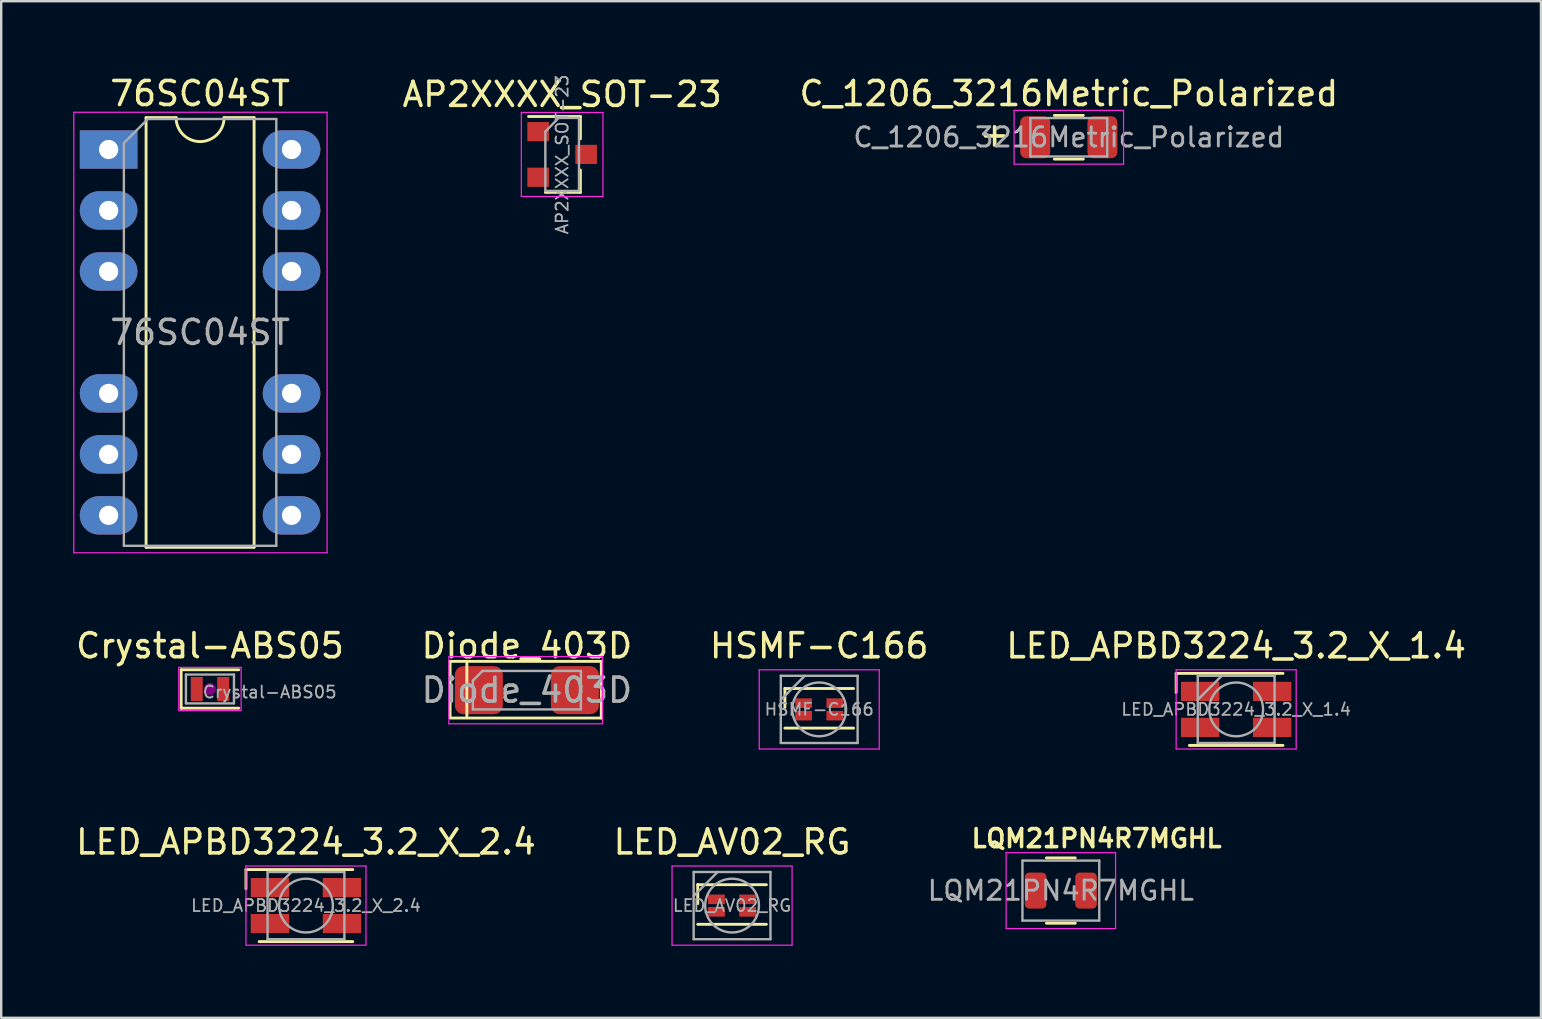
<source format=kicad_pcb>
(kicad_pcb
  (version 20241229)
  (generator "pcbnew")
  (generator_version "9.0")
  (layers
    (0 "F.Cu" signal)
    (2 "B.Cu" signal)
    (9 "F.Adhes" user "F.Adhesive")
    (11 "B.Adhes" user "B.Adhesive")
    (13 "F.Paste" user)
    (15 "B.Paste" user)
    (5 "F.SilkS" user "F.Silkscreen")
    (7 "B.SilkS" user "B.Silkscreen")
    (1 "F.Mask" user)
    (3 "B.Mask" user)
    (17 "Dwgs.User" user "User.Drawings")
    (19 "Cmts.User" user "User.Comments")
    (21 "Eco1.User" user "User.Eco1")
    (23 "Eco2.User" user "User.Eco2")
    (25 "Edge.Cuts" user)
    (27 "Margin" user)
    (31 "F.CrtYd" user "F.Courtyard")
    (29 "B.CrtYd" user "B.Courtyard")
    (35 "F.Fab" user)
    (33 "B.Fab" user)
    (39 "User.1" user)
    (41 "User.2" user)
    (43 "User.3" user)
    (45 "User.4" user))
  (footprint "C_1206_3216Metric_Polarized"
    (layer "F.Cu")
    (at 41.475 2.668)
    (property "Reference" "C_1206_3216Metric_Polarized" (at 0 -1.82 0) (layer "F.SilkS") (effects (font (size 1 1) (thickness 0.15))))
    (attr smd)
    (fp_line (start -0.602 -0.91) (end 0.602 -0.91) (stroke (width 0.12) (type solid)) (layer "F.SilkS"))
    (fp_line (start -0.602 0.91) (end 0.602 0.91) (stroke (width 0.12) (type solid)) (layer "F.SilkS"))
    (fp_line (start -2.28 -1.12) (end 2.28 -1.12) (stroke (width 0.05) (type solid)) (layer "F.CrtYd"))
    (fp_line (start -2.28 1.12) (end -2.28 -1.12) (stroke (width 0.05) (type solid)) (layer "F.CrtYd"))
    (fp_line (start 2.28 -1.12) (end 2.28 1.12) (stroke (width 0.05) (type solid)) (layer "F.CrtYd"))
    (fp_line (start 2.28 1.12) (end -2.28 1.12) (stroke (width 0.05) (type solid)) (layer "F.CrtYd"))
    (fp_line (start -1.6 -0.8) (end 1.6 -0.8) (stroke (width 0.1) (type solid)) (layer "F.Fab"))
    (fp_line (start -1.6 0.8) (end -1.6 -0.8) (stroke (width 0.1) (type solid)) (layer "F.Fab"))
    (fp_line (start 1.6 -0.8) (end 1.6 0.8) (stroke (width 0.1) (type solid)) (layer "F.Fab"))
    (fp_line (start 1.6 0.8) (end -1.6 0.8) (stroke (width 0.1) (type solid)) (layer "F.Fab"))
    (fp_text user "+" (at -3.09 -0.13 0) (layer "F.SilkS") (effects (font (size 1 1) (thickness 0.15))))
    (fp_text user "${REFERENCE}" (at 0 0 0) (layer "F.Fab") (effects (font (size 0.8 0.8) (thickness 0.12))))
    (pad "1" smd roundrect (at -1.4 0) (size 1.25 1.75) (layers "F.Cu" "F.Mask" "F.Paste") (roundrect_rratio 0.2))
    (pad "2" smd roundrect (at 1.4 0) (size 1.25 1.75) (layers "F.Cu" "F.Mask" "F.Paste") (roundrect_rratio 0.2)))
  (footprint "AP2XXXX_SOT-23"
    (layer "F.Cu")
    (at 20.368 3.384)
    (property "Reference" "AP2XXXX_SOT-23" (at 0 -2.5 0) (layer "F.SilkS") (effects (font (size 1 1) (thickness 0.15))))
    (attr smd)
    (fp_line (start 0.76 -1.58) (end -1.4 -1.58) (stroke (width 0.12) (type solid)) (layer "F.SilkS"))
    (fp_line (start 0.76 -1.58) (end 0.76 -0.65) (stroke (width 0.12) (type solid)) (layer "F.SilkS"))
    (fp_line (start 0.76 1.58) (end -0.7 1.58) (stroke (width 0.12) (type solid)) (layer "F.SilkS"))
    (fp_line (start 0.76 1.58) (end 0.76 0.65) (stroke (width 0.12) (type solid)) (layer "F.SilkS"))
    (fp_line (start -1.7 -1.75) (end 1.7 -1.75) (stroke (width 0.05) (type solid)) (layer "F.CrtYd"))
    (fp_line (start -1.7 1.75) (end -1.7 -1.75) (stroke (width 0.05) (type solid)) (layer "F.CrtYd"))
    (fp_line (start 1.7 -1.75) (end 1.7 1.75) (stroke (width 0.05) (type solid)) (layer "F.CrtYd"))
    (fp_line (start 1.7 1.75) (end -1.7 1.75) (stroke (width 0.05) (type solid)) (layer "F.CrtYd"))
    (fp_line (start -0.7 -0.95) (end -0.7 1.5) (stroke (width 0.1) (type solid)) (layer "F.Fab"))
    (fp_line (start -0.7 -0.95) (end -0.15 -1.52) (stroke (width 0.1) (type solid)) (layer "F.Fab"))
    (fp_line (start -0.7 1.52) (end 0.7 1.52) (stroke (width 0.1) (type solid)) (layer "F.Fab"))
    (fp_line (start -0.15 -1.52) (end 0.7 -1.52) (stroke (width 0.1) (type solid)) (layer "F.Fab"))
    (fp_line (start 0.7 -1.52) (end 0.7 1.52) (stroke (width 0.1) (type solid)) (layer "F.Fab"))
    (fp_text user "${REFERENCE}" (at 0 0 90) (layer "F.Fab") (effects (font (size 0.5 0.5) (thickness 0.075))))
    (pad "1" smd rect (at 1 0) (size 0.9 0.8) (layers "F.Cu" "F.Mask" "F.Paste"))
    (pad "2" smd rect (at -1 -0.95) (size 0.9 0.8) (layers "F.Cu" "F.Mask" "F.Paste"))
    (pad "3" smd rect (at -1 0.95) (size 0.9 0.8) (layers "F.Cu" "F.Mask" "F.Paste")))
  (footprint "76SC04ST"
    (layer "F.Cu")
    (at 1.475 3.178)
    (property "Reference" "76SC04ST" (at 3.81 -2.33 0) (layer "F.SilkS") (effects (font (size 1 1) (thickness 0.15))))
    (attr through_hole)
    (fp_line (start 1.56 -1.33) (end 1.56 16.57) (stroke (width 0.12) (type solid)) (layer "F.SilkS"))
    (fp_line (start 1.56 16.57) (end 6.06 16.57) (stroke (width 0.12) (type solid)) (layer "F.SilkS"))
    (fp_line (start 2.81 -1.33) (end 1.56 -1.33) (stroke (width 0.12) (type solid)) (layer "F.SilkS"))
    (fp_line (start 6.06 -1.33) (end 4.81 -1.33) (stroke (width 0.12) (type solid)) (layer "F.SilkS"))
    (fp_line (start 6.06 16.57) (end 6.06 -1.33) (stroke (width 0.12) (type solid)) (layer "F.SilkS"))
    (fp_arc (start 4.81 -1.33) (mid 3.81 -0.33) (end 2.81 -1.33) (stroke (width 0.12) (type solid)) (layer "F.SilkS"))
    (fp_line (start -1.45 -1.55) (end -1.45 16.8) (stroke (width 0.05) (type solid)) (layer "F.CrtYd"))
    (fp_line (start -1.45 16.8) (end 9.1 16.8) (stroke (width 0.05) (type solid)) (layer "F.CrtYd"))
    (fp_line (start 9.1 -1.55) (end -1.45 -1.55) (stroke (width 0.05) (type solid)) (layer "F.CrtYd"))
    (fp_line (start 9.1 16.8) (end 9.1 -1.55) (stroke (width 0.05) (type solid)) (layer "F.CrtYd"))
    (fp_line (start 0.635 -0.27) (end 1.635 -1.27) (stroke (width 0.1) (type solid)) (layer "F.Fab"))
    (fp_line (start 0.635 16.51) (end 0.635 -0.27) (stroke (width 0.1) (type solid)) (layer "F.Fab"))
    (fp_line (start 1.635 -1.27) (end 6.985 -1.27) (stroke (width 0.1) (type solid)) (layer "F.Fab"))
    (fp_line (start 6.985 -1.27) (end 6.985 16.51) (stroke (width 0.1) (type solid)) (layer "F.Fab"))
    (fp_line (start 6.985 16.51) (end 0.635 16.51) (stroke (width 0.1) (type solid)) (layer "F.Fab"))
    (fp_text user "${REFERENCE}" (at 3.81 7.62 0) (layer "F.Fab") (effects (font (size 1 1) (thickness 0.15))))
    (pad "1" thru_hole rect (at 0 0) (size 2.4 1.6) (drill 0.8) (layers "*.Cu" "*.Mask"))
    (pad "2" thru_hole oval (at 0 2.54) (size 2.4 1.6) (drill 0.8) (layers "*.Cu" "*.Mask"))
    (pad "3" thru_hole oval (at 0 5.08) (size 2.4 1.6) (drill 0.8) (layers "*.Cu" "*.Mask"))
    (pad "5" thru_hole oval (at 0 10.16) (size 2.4 1.6) (drill 0.8) (layers "*.Cu" "*.Mask"))
    (pad "6" thru_hole oval (at 0 12.7) (size 2.4 1.6) (drill 0.8) (layers "*.Cu" "*.Mask"))
    (pad "7" thru_hole oval (at 0 15.24) (size 2.4 1.6) (drill 0.8) (layers "*.Cu" "*.Mask"))
    (pad "8" thru_hole oval (at 7.62 15.24) (size 2.4 1.6) (drill 0.8) (layers "*.Cu" "*.Mask"))
    (pad "9" thru_hole oval (at 7.62 12.7) (size 2.4 1.6) (drill 0.8) (layers "*.Cu" "*.Mask"))
    (pad "10" thru_hole oval (at 7.62 10.16) (size 2.4 1.6) (drill 0.8) (layers "*.Cu" "*.Mask"))
    (pad "12" thru_hole oval (at 7.62 5.08) (size 2.4 1.6) (drill 0.8) (layers "*.Cu" "*.Mask"))
    (pad "13" thru_hole oval (at 7.62 2.54) (size 2.4 1.6) (drill 0.8) (layers "*.Cu" "*.Mask"))
    (pad "14" thru_hole oval (at 7.62 0) (size 2.4 1.6) (drill 0.8) (layers "*.Cu" "*.Mask")))
  (footprint "Crystal-ABS05"
    (layer "F.Cu")
    (at 5.696 25.651)
    (property "Reference" "Crystal-ABS05" (at 0 -1.8 0) (layer "F.SilkS") (effects (font (size 1 1) (thickness 0.15))))
    (attr smd)
    (fp_line (start -1.2 -0.8) (end -1.2 0.8) (stroke (width 0.12) (type solid)) (layer "F.SilkS"))
    (fp_line (start -1.2 0.8) (end 1.2 0.8) (stroke (width 0.12) (type solid)) (layer "F.SilkS"))
    (fp_line (start 1.2 -0.8) (end -1.2 -0.8) (stroke (width 0.12) (type solid)) (layer "F.SilkS"))
    (fp_circle (center 0 0) (end 0.047 0) (stroke (width 0.093) (type solid)) (fill no) (layer "F.Adhes"))
    (fp_circle (center 0 0) (end 0.107 0) (stroke (width 0.067) (type solid)) (fill no) (layer "F.Adhes"))
    (fp_circle (center 0 0) (end 0.167 0) (stroke (width 0.067) (type solid)) (fill no) (layer "F.Adhes"))
    (fp_circle (center 0 0) (end 0.2 0) (stroke (width 0.1) (type solid)) (fill no) (layer "F.Adhes"))
    (fp_line (start -1.3 -0.9) (end -1.3 0.9) (stroke (width 0.05) (type solid)) (layer "F.CrtYd"))
    (fp_line (start -1.3 0.9) (end 1.3 0.9) (stroke (width 0.05) (type solid)) (layer "F.CrtYd"))
    (fp_line (start 1.3 -0.9) (end -1.3 -0.9) (stroke (width 0.05) (type solid)) (layer "F.CrtYd"))
    (fp_line (start 1.3 0.9) (end 1.3 -0.9) (stroke (width 0.05) (type solid)) (layer "F.CrtYd"))
    (fp_line (start -1 -0.6) (end -1 0.6) (stroke (width 0.1) (type solid)) (layer "F.Fab"))
    (fp_line (start -1 0.6) (end 1 0.6) (stroke (width 0.1) (type solid)) (layer "F.Fab"))
    (fp_line (start 1 -0.6) (end -1 -0.6) (stroke (width 0.1) (type solid)) (layer "F.Fab"))
    (fp_line (start 1 0.6) (end 1 -0.6) (stroke (width 0.1) (type solid)) (layer "F.Fab"))
    (fp_text user "${REFERENCE}" (at 2.49 0.13 0) (layer "F.Fab") (effects (font (size 0.5 0.5) (thickness 0.075))))
    (pad "1" smd rect (at -0.55 0) (size 0.5 1) (layers "F.Cu" "F.Mask" "F.Paste"))
    (pad "2" smd rect (at 0.55 0) (size 0.5 1) (layers "F.Cu" "F.Mask" "F.Paste")))
  (footprint "LED_APBD3224_3.2_X_2.4"
    (layer "F.Cu")
    (at 9.696 34.675)
    (property "Reference" "LED_APBD3224_3.2_X_2.4" (at 0 -2.65 0) (layer "F.SilkS") (effects (font (size 1 1) (thickness 0.15))))
    (attr smd)
    (fp_line (start -2.5 -1.5) (end 1.95 -1.5) (stroke (width 0.12) (type solid)) (layer "F.SilkS"))
    (fp_line (start -2.5 -0.7) (end -2.5 -1.5) (stroke (width 0.12) (type solid)) (layer "F.SilkS"))
    (fp_line (start -1.95 1.5) (end 1.95 1.5) (stroke (width 0.12) (type solid)) (layer "F.SilkS"))
    (fp_line (start -2.5 -1.65) (end -2.5 1.65) (stroke (width 0.05) (type solid)) (layer "F.CrtYd"))
    (fp_line (start -2.5 -1.65) (end 2.5 -1.65) (stroke (width 0.05) (type solid)) (layer "F.CrtYd"))
    (fp_line (start 2.5 1.65) (end -2.5 1.65) (stroke (width 0.05) (type solid)) (layer "F.CrtYd"))
    (fp_line (start 2.5 1.65) (end 2.5 -1.65) (stroke (width 0.05) (type solid)) (layer "F.CrtYd"))
    (fp_line (start -1.6 -1.4) (end -1.6 1.4) (stroke (width 0.1) (type solid)) (layer "F.Fab"))
    (fp_line (start -1.6 1.4) (end 1.6 1.4) (stroke (width 0.1) (type solid)) (layer "F.Fab"))
    (fp_line (start -0.6 -1.4) (end -1.6 -0.4) (stroke (width 0.1) (type solid)) (layer "F.Fab"))
    (fp_line (start 1.6 -1.4) (end -1.6 -1.4) (stroke (width 0.1) (type solid)) (layer "F.Fab"))
    (fp_line (start 1.6 1.4) (end 1.6 -1.4) (stroke (width 0.1) (type solid)) (layer "F.Fab"))
    (fp_circle (center 0 0) (end 1.12 0) (stroke (width 0.1) (type solid)) (fill no) (layer "F.Fab"))
    (fp_text user "${REFERENCE}" (at 0 0 0) (layer "F.Fab") (effects (font (size 0.5 0.5) (thickness 0.075))))
    (pad "1" smd rect (at 1.5 0.75) (size 1.6 0.8) (layers "F.Cu" "F.Mask" "F.Paste"))
    (pad "2" smd rect (at -1.5 0.75) (size 1.6 0.8) (layers "F.Cu" "F.Mask" "F.Paste"))
    (pad "3" smd rect (at 1.5 -0.75) (size 1.6 0.8) (layers "F.Cu" "F.Mask" "F.Paste"))
    (pad "4" smd rect (at -1.5 -0.75) (size 1.6 0.8) (layers "F.Cu" "F.Mask" "F.Paste")))
  (footprint "Diode_403D"
    (layer "F.Cu")
    (at 18.899 25.701)
    (property "Reference" "Diode_403D" (at 0 -1.85 0) (layer "F.SilkS") (effects (font (size 1 1) (thickness 0.15))))
    (attr smd)
    (fp_line (start -3.2 -1.2) (end -3.2 1.12) (stroke (width 0.12) (type solid)) (layer "F.SilkS"))
    (fp_line (start -3.2 1.16) (end 3.1 1.16) (stroke (width 0.12) (type solid)) (layer "F.SilkS"))
    (fp_line (start -2.5 -1.2) (end -2.5 1.15) (stroke (width 0.12) (type solid)) (layer "F.SilkS"))
    (fp_line (start 3.1 -1.2) (end -3.2 -1.2) (stroke (width 0.12) (type solid)) (layer "F.SilkS"))
    (fp_line (start 3.1 -1.2) (end 3.1 1.16) (stroke (width 0.12) (type solid)) (layer "F.SilkS"))
    (fp_line (start -3.25 -1.4) (end -3.25 1.4) (stroke (width 0.05) (type solid)) (layer "F.CrtYd"))
    (fp_line (start -3.25 -1.4) (end 3.15 -1.4) (stroke (width 0.05) (type solid)) (layer "F.CrtYd"))
    (fp_line (start 3.15 -1.4) (end 3.15 1.4) (stroke (width 0.05) (type solid)) (layer "F.CrtYd"))
    (fp_line (start 3.15 1.4) (end -3.25 1.4) (stroke (width 0.05) (type solid)) (layer "F.CrtYd"))
    (fp_line (start -2.25 -0.4) (end -2.25 0.8) (stroke (width 0.1) (type solid)) (layer "F.Fab"))
    (fp_line (start -2.25 0.8) (end 2.25 0.8) (stroke (width 0.1) (type solid)) (layer "F.Fab"))
    (fp_line (start -1.85 -0.8) (end -2.25 -0.4) (stroke (width 0.1) (type solid)) (layer "F.Fab"))
    (fp_line (start 2.25 -0.8) (end -1.85 -0.8) (stroke (width 0.1) (type solid)) (layer "F.Fab"))
    (fp_line (start 2.25 0.8) (end 2.25 -0.8) (stroke (width 0.1) (type solid)) (layer "F.Fab"))
    (fp_text user "${REFERENCE}" (at 0 0 0) (layer "F.Fab") (effects (font (size 1 1) (thickness 0.15))))
    (pad "1" smd roundrect (at -2 0) (size 2 2) (layers "F.Cu" "F.Mask" "F.Paste") (roundrect_rratio 0.179))
    (pad "2" smd roundrect (at 2 0) (size 2 2) (layers "F.Cu" "F.Mask" "F.Paste") (roundrect_rratio 0.179)))
  (footprint "LQM21PN4R7MGHL"
    (layer "F.Cu")
    (at 41.143 34.05)
    (property "Reference" "LQM21PN4R7MGHL" (at 1.488 -2.172 0) (layer "F.SilkS") (effects (font (size 0.75 0.75) (thickness 0.15))))
    (attr smd)
    (fp_line (start -0.602 -1.36) (end 0.602 -1.36) (stroke (width 0.12) (type solid)) (layer "F.SilkS"))
    (fp_line (start -0.602 1.36) (end 0.602 1.36) (stroke (width 0.12) (type solid)) (layer "F.SilkS"))
    (fp_line (start -2.28 -1.58) (end 2.28 -1.58) (stroke (width 0.05) (type solid)) (layer "F.CrtYd"))
    (fp_line (start -2.28 1.58) (end -2.28 -1.58) (stroke (width 0.05) (type solid)) (layer "F.CrtYd"))
    (fp_line (start 2.28 -1.58) (end 2.28 1.58) (stroke (width 0.05) (type solid)) (layer "F.CrtYd"))
    (fp_line (start 2.28 1.58) (end -2.28 1.58) (stroke (width 0.05) (type solid)) (layer "F.CrtYd"))
    (fp_line (start -1.6 -1.25) (end 1.6 -1.25) (stroke (width 0.1) (type solid)) (layer "F.Fab"))
    (fp_line (start -1.6 1.25) (end -1.6 -1.25) (stroke (width 0.1) (type solid)) (layer "F.Fab"))
    (fp_line (start 1.6 -1.25) (end 1.6 1.25) (stroke (width 0.1) (type solid)) (layer "F.Fab"))
    (fp_line (start 1.6 1.25) (end -1.6 1.25) (stroke (width 0.1) (type solid)) (layer "F.Fab"))
    (fp_text user "${REFERENCE}" (at 0 0 0) (layer "F.Fab") (effects (font (size 0.8 0.8) (thickness 0.12))))
    (pad "1" smd roundrect (at -1.05 0) (size 0.9 1.5) (layers "F.Cu" "F.Mask" "F.Paste") (roundrect_rratio 0.2))
    (pad "2" smd roundrect (at 1.05 0) (size 0.9 1.5) (layers "F.Cu" "F.Mask" "F.Paste") (roundrect_rratio 0.2)))
  (footprint "LED_APBD3224_3.2_X_1.4"
    (layer "F.Cu")
    (at 48.446 26.502)
    (property "Reference" "LED_APBD3224_3.2_X_1.4" (at 0 -2.65 0) (layer "F.SilkS") (effects (font (size 1 1) (thickness 0.15))))
    (attr smd)
    (fp_line (start -2.5 -1.5) (end 1.95 -1.5) (stroke (width 0.12) (type solid)) (layer "F.SilkS"))
    (fp_line (start -2.5 -0.7) (end -2.5 -1.5) (stroke (width 0.12) (type solid)) (layer "F.SilkS"))
    (fp_line (start -1.95 1.5) (end 1.95 1.5) (stroke (width 0.12) (type solid)) (layer "F.SilkS"))
    (fp_line (start -2.5 -1.65) (end -2.5 1.65) (stroke (width 0.05) (type solid)) (layer "F.CrtYd"))
    (fp_line (start -2.5 -1.65) (end 2.5 -1.65) (stroke (width 0.05) (type solid)) (layer "F.CrtYd"))
    (fp_line (start 2.5 1.65) (end -2.5 1.65) (stroke (width 0.05) (type solid)) (layer "F.CrtYd"))
    (fp_line (start 2.5 1.65) (end 2.5 -1.65) (stroke (width 0.05) (type solid)) (layer "F.CrtYd"))
    (fp_line (start -1.6 -1.4) (end -1.6 1.4) (stroke (width 0.1) (type solid)) (layer "F.Fab"))
    (fp_line (start -1.6 1.4) (end 1.6 1.4) (stroke (width 0.1) (type solid)) (layer "F.Fab"))
    (fp_line (start -0.6 -1.4) (end -1.6 -0.4) (stroke (width 0.1) (type solid)) (layer "F.Fab"))
    (fp_line (start 1.6 -1.4) (end -1.6 -1.4) (stroke (width 0.1) (type solid)) (layer "F.Fab"))
    (fp_line (start 1.6 1.4) (end 1.6 -1.4) (stroke (width 0.1) (type solid)) (layer "F.Fab"))
    (fp_circle (center 0 0) (end 1.12 0) (stroke (width 0.1) (type solid)) (fill no) (layer "F.Fab"))
    (fp_text user "${REFERENCE}" (at 0 0 0) (layer "F.Fab") (effects (font (size 0.5 0.5) (thickness 0.075))))
    (pad "1" smd rect (at 1.5 0.75) (size 1.6 0.8) (layers "F.Cu" "F.Mask" "F.Paste"))
    (pad "2" smd rect (at -1.5 0.75) (size 1.6 0.8) (layers "F.Cu" "F.Mask" "F.Paste"))
    (pad "3" smd rect (at 1.5 -0.75) (size 1.6 0.8) (layers "F.Cu" "F.Mask" "F.Paste"))
    (pad "4" smd rect (at -1.5 -0.75) (size 1.6 0.8) (layers "F.Cu" "F.Mask" "F.Paste")))
  (footprint "LED_AV02_RG"
    (layer "F.Cu")
    (at 27.446 34.675)
    (property "Reference" "LED_AV02_RG" (at 0 -2.65 0) (layer "F.SilkS") (effects (font (size 1 1) (thickness 0.15))))
    (attr smd)
    (fp_line (start -1.43 -0.87) (end 1.43 -0.87) (stroke (width 0.12) (type solid)) (layer "F.SilkS"))
    (fp_line (start -1.43 -0.08) (end -1.43 -0.88) (stroke (width 0.12) (type solid)) (layer "F.SilkS"))
    (fp_line (start -1.43 0.78) (end 1.43 0.78) (stroke (width 0.12) (type solid)) (layer "F.SilkS"))
    (fp_line (start -2.5 -1.65) (end -2.5 1.65) (stroke (width 0.05) (type solid)) (layer "F.CrtYd"))
    (fp_line (start -2.5 -1.65) (end 2.5 -1.65) (stroke (width 0.05) (type solid)) (layer "F.CrtYd"))
    (fp_line (start 2.5 1.65) (end -2.5 1.65) (stroke (width 0.05) (type solid)) (layer "F.CrtYd"))
    (fp_line (start 2.5 1.65) (end 2.5 -1.65) (stroke (width 0.05) (type solid)) (layer "F.CrtYd"))
    (fp_line (start -1.6 -1.4) (end -1.6 1.4) (stroke (width 0.1) (type solid)) (layer "F.Fab"))
    (fp_line (start -1.6 1.4) (end 1.6 1.4) (stroke (width 0.1) (type solid)) (layer "F.Fab"))
    (fp_line (start -0.6 -1.4) (end -1.6 -0.4) (stroke (width 0.1) (type solid)) (layer "F.Fab"))
    (fp_line (start 1.6 -1.4) (end -1.6 -1.4) (stroke (width 0.1) (type solid)) (layer "F.Fab"))
    (fp_line (start 1.6 1.4) (end 1.6 -1.4) (stroke (width 0.1) (type solid)) (layer "F.Fab"))
    (fp_circle (center 0 0) (end 1.12 0) (stroke (width 0.1) (type solid)) (fill no) (layer "F.Fab"))
    (fp_text user "${REFERENCE}" (at 0 0 0) (layer "F.Fab") (effects (font (size 0.5 0.5) (thickness 0.075))))
    (pad "1" smd rect (at -0.65 -0.26) (size 0.7 0.4) (layers "F.Cu" "F.Mask" "F.Paste"))
    (pad "2" smd rect (at 0.65 -0.26) (size 0.7 0.4) (layers "F.Cu" "F.Mask" "F.Paste"))
    (pad "3" smd rect (at -0.65 0.26) (size 0.7 0.4) (layers "F.Cu" "F.Mask" "F.Paste"))
    (pad "4" smd rect (at 0.65 0.26) (size 0.7 0.4) (layers "F.Cu" "F.Mask" "F.Paste")))
  (footprint "HSMF-C166"
    (layer "F.Cu")
    (at 31.077 26.502)
    (property "Reference" "HSMF-C166" (at 0 -2.65 0) (layer "F.SilkS") (effects (font (size 1 1) (thickness 0.15))))
    (attr smd)
    (fp_line (start -1.43 -0.87) (end 1.43 -0.87) (stroke (width 0.12) (type solid)) (layer "F.SilkS"))
    (fp_line (start -1.43 -0.08) (end -1.43 -0.88) (stroke (width 0.12) (type solid)) (layer "F.SilkS"))
    (fp_line (start -1.43 0.78) (end 1.43 0.78) (stroke (width 0.12) (type solid)) (layer "F.SilkS"))
    (fp_line (start -2.5 -1.65) (end -2.5 1.65) (stroke (width 0.05) (type solid)) (layer "F.CrtYd"))
    (fp_line (start -2.5 -1.65) (end 2.5 -1.65) (stroke (width 0.05) (type solid)) (layer "F.CrtYd"))
    (fp_line (start 2.5 1.65) (end -2.5 1.65) (stroke (width 0.05) (type solid)) (layer "F.CrtYd"))
    (fp_line (start 2.5 1.65) (end 2.5 -1.65) (stroke (width 0.05) (type solid)) (layer "F.CrtYd"))
    (fp_line (start -1.6 -1.4) (end -1.6 1.4) (stroke (width 0.1) (type solid)) (layer "F.Fab"))
    (fp_line (start -1.6 1.4) (end 1.6 1.4) (stroke (width 0.1) (type solid)) (layer "F.Fab"))
    (fp_line (start -0.6 -1.4) (end -1.6 -0.4) (stroke (width 0.1) (type solid)) (layer "F.Fab"))
    (fp_line (start 1.6 -1.4) (end -1.6 -1.4) (stroke (width 0.1) (type solid)) (layer "F.Fab"))
    (fp_line (start 1.6 1.4) (end 1.6 -1.4) (stroke (width 0.1) (type solid)) (layer "F.Fab"))
    (fp_circle (center 0 0) (end 1.12 0) (stroke (width 0.1) (type solid)) (fill no) (layer "F.Fab"))
    (fp_text user "${REFERENCE}" (at 0 0 0) (layer "F.Fab") (effects (font (size 0.5 0.5) (thickness 0.075))))
    (pad "1" smd rect (at -0.65 -0.26) (size 0.7 0.4) (layers "F.Cu" "F.Mask" "F.Paste"))
    (pad "2" smd rect (at -0.65 0.26) (size 0.7 0.4) (layers "F.Cu" "F.Mask" "F.Paste"))
    (pad "3" smd rect (at 0.65 -0.26) (size 0.7 0.4) (layers "F.Cu" "F.Mask" "F.Paste"))
    (pad "4" smd rect (at 0.65 0.26) (size 0.7 0.4) (layers "F.Cu" "F.Mask" "F.Paste")))
  (gr_rect
    (start -3 -3)
    (end 61.143 39.35)
    (stroke (width 0.1) (type default))
    (fill no)
    (layer "Edge.Cuts")))
</source>
